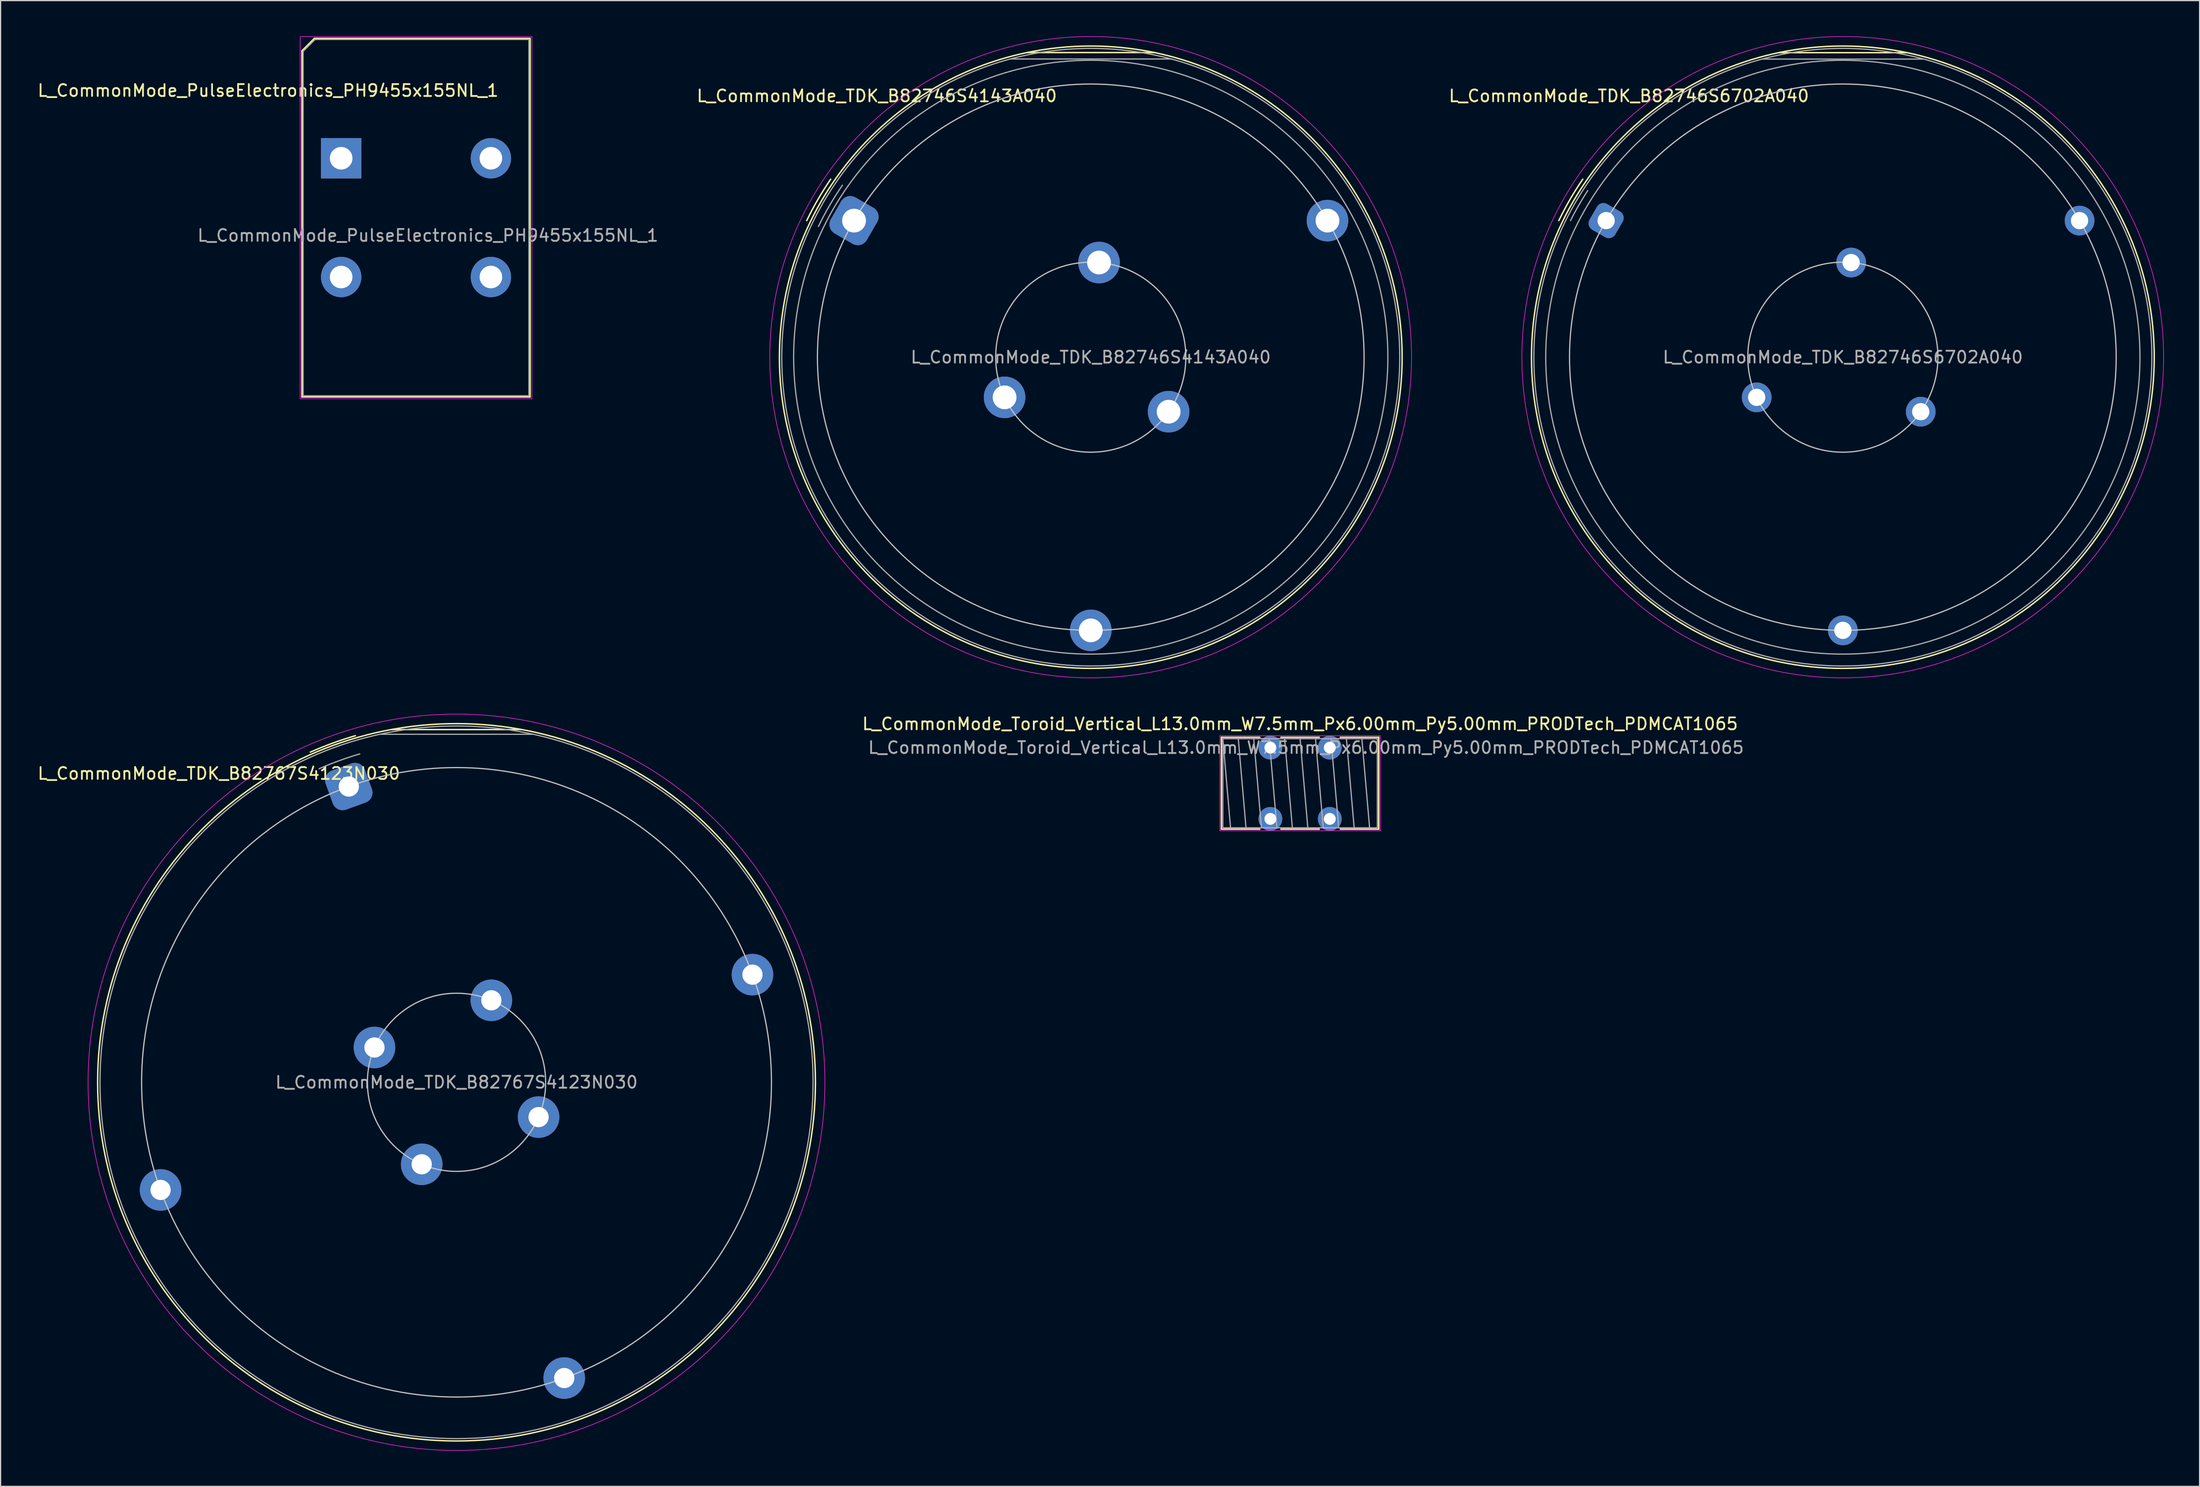
<source format=kicad_pcb>
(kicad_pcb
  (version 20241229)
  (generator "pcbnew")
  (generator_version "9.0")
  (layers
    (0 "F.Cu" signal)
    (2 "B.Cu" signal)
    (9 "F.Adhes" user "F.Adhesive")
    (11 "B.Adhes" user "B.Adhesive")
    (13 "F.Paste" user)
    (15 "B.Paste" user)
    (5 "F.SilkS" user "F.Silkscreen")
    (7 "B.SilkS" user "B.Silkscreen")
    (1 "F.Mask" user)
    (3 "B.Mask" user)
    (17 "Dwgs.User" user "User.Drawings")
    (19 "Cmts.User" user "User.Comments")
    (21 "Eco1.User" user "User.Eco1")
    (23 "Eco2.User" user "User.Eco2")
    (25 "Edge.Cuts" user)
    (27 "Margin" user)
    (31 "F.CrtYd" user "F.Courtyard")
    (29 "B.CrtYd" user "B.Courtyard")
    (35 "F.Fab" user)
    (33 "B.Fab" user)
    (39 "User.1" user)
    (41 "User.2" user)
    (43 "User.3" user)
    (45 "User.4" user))
  (footprint "L_CommonMode_TDK_B82746S4143A040"
    (layer "F.Cu")
    (at 68.811 15.525)
    (property "Reference" "L_CommonMode_TDK_B82746S4143A040" (at 1.919 -10.5 0) (layer "F.SilkS") (effects (font (size 1 1) (thickness 0.15))))
    (attr through_hole)
    (fp_line (start 14.61 -14.15) (end 25.31 -14.15) (stroke (width 0.12) (type default)) (layer "F.SilkS"))
    (fp_arc (start -3.981416 0) (mid -3.038806 -1.782253) (end -1.963537 -3.487754) (stroke (width 0.12) (type default)) (layer "F.SilkS"))
    (fp_circle (center 19.919 11.5) (end 46.119 11.5) (stroke (width 0.12) (type default)) (fill no) (layer "F.SilkS"))
    (fp_circle (center 19.919 11.5) (end 27.919 11.5) (stroke (width 0.1) (type default)) (fill no) (layer "Dwgs.User"))
    (fp_circle (center 19.919 11.5) (end 42.919 11.5) (stroke (width 0.1) (type default)) (fill no) (layer "Dwgs.User"))
    (fp_circle (center 19.91 11.5) (end 46.91 11.5) (stroke (width 0.05) (type default)) (fill no) (layer "F.CrtYd"))
    (fp_line (start 26.68 -13.61) (end 13.18 -13.61) (stroke (width 0.1) (type default)) (layer "F.Fab"))
    (fp_arc (start -2.999999 0.5) (mid -2.056361 -1.281362) (end -0.974545 -2.982355) (stroke (width 0.1) (type default)) (layer "F.Fab"))
    (fp_circle (center 19.919 11.5) (end 44.919 11.5) (stroke (width 0.1) (type default)) (fill no) (layer "F.Fab"))
    (fp_circle (center 19.919 11.5) (end 45.919 11.5) (stroke (width 0.1) (type default)) (fill no) (layer "F.Fab"))
    (fp_text user "${REFERENCE}" (at 19.919 11.5 0) (layer "F.Fab") (effects (font (size 1 1) (thickness 0.15))))
    (pad "1" thru_hole roundrect (at 0 0 150) (size 3.5 3.5) (drill 2) (layers "*.Cu" "*.Mask") (roundrect_rratio 0.25))
    (pad "2" thru_hole circle (at 19.919 34.5 20) (size 3.5 3.5) (drill 2) (layers "*.Cu" "*.Mask"))
    (pad "3" thru_hole circle (at 39.837 0 260) (size 3.5 3.5) (drill 2) (layers "*.Cu" "*.Mask"))
    (pad "4" thru_hole circle (at 26.472 16.089 52) (size 3.5 3.5) (drill 2) (layers "*.Cu" "*.Mask"))
    (pad "5" thru_hole circle (at 12.668 14.881 292) (size 3.5 3.5) (drill 2) (layers "*.Cu" "*.Mask"))
    (pad "6" thru_hole circle (at 20.616 3.53 172) (size 3.5 3.5) (drill 2) (layers "*.Cu" "*.Mask")))
  (footprint "L_CommonMode_TDK_B82767S4123N030"
    (layer "F.Cu")
    (at 26.3 63.175)
    (property "Reference" "L_CommonMode_TDK_B82767S4123N030" (at -10.936 -1.098 0) (layer "F.SilkS") (effects (font (size 1 1) (thickness 0.15))))
    (attr through_hole)
    (fp_line (start 3.6 -4.8) (end 14.5 -4.8) (stroke (width 0.12) (type default)) (layer "F.SilkS"))
    (fp_arc (start -3.236466 -2.898145) (mid -1.365365 -3.652796) (end 0.551672 -4.281672) (stroke (width 0.12) (type default)) (layer "F.SilkS"))
    (fp_circle (center 9.064 24.902) (end 39.264 24.902) (stroke (width 0.12) (type default)) (fill no) (layer "F.SilkS"))
    (fp_circle (center 9.064 24.902) (end 16.564 24.902) (stroke (width 0.1) (type default)) (fill no) (layer "Dwgs.User"))
    (fp_circle (center 9.064 24.902) (end 35.564 24.902) (stroke (width 0.1) (type default)) (fill no) (layer "Dwgs.User"))
    (fp_circle (center 9.06 24.9) (end 40.06 24.9) (stroke (width 0.05) (type default)) (fill no) (layer "F.CrtYd"))
    (fp_line (start 15.5 -4.4) (end 2.7 -4.4) (stroke (width 0.1) (type default)) (layer "F.Fab"))
    (fp_arc (start -2.5 -1.499999) (mid -0.806401 -2.178721) (end 0.926747 -2.74893) (stroke (width 0.1) (type default)) (layer "F.Fab"))
    (fp_circle (center 9.064 24.902) (end 39.064 24.902) (stroke (width 0.1) (type default)) (fill no) (layer "F.Fab"))
    (fp_text user "${REFERENCE}" (at 9.064 24.902 0) (layer "F.Fab") (effects (font (size 1 1) (thickness 0.15))))
    (pad "1" thru_hole roundrect (at 0 0 20) (size 3.5 3.5) (drill 1.7) (layers "*.Cu" "*.Mask") (roundrect_rratio 0.25))
    (pad "2" thru_hole circle (at -15.838 33.965 20) (size 3.5 3.5) (drill 1.7) (layers "*.Cu" "*.Mask"))
    (pad "3" thru_hole circle (at 18.127 49.804 20) (size 3.5 3.5) (drill 1.7) (layers "*.Cu" "*.Mask"))
    (pad "4" thru_hole circle (at 33.965 15.838 20) (size 3.5 3.5) (drill 1.7) (layers "*.Cu" "*.Mask"))
    (pad "5" thru_hole circle (at 2.16 21.971 357) (size 3.5 3.5) (drill 1.7) (layers "*.Cu" "*.Mask"))
    (pad "6" thru_hole circle (at 6.133 31.806 357) (size 3.5 3.5) (drill 1.7) (layers "*.Cu" "*.Mask"))
    (pad "7" thru_hole circle (at 15.967 27.832 357) (size 3.5 3.5) (drill 1.7) (layers "*.Cu" "*.Mask"))
    (pad "8" thru_hole circle (at 11.994 17.998 357) (size 3.5 3.5) (drill 1.7) (layers "*.Cu" "*.Mask")))
  (footprint "L_CommonMode_TDK_B82746S6702A040"
    (layer "F.Cu")
    (at 132.095 15.525)
    (property "Reference" "L_CommonMode_TDK_B82746S6702A040" (at 1.919 -10.5 0) (layer "F.SilkS") (effects (font (size 1 1) (thickness 0.15))))
    (attr through_hole)
    (fp_line (start 14.58 -14.14) (end 25.28 -14.14) (stroke (width 0.12) (type default)) (layer "F.SilkS"))
    (fp_arc (start -3.981416 0) (mid -3.038806 -1.782253) (end -1.963537 -3.487754) (stroke (width 0.12) (type default)) (layer "F.SilkS"))
    (fp_circle (center 19.919 11.5) (end 46.119 11.5) (stroke (width 0.12) (type default)) (fill no) (layer "F.SilkS"))
    (fp_circle (center 19.919 11.5) (end 27.919 11.5) (stroke (width 0.1) (type default)) (fill no) (layer "Dwgs.User"))
    (fp_circle (center 19.919 11.5) (end 42.919 11.5) (stroke (width 0.1) (type default)) (fill no) (layer "Dwgs.User"))
    (fp_circle (center 19.91 11.5) (end 46.91 11.5) (stroke (width 0.05) (type default)) (fill no) (layer "F.CrtYd"))
    (fp_line (start 26.65 -13.6) (end 13.15 -13.6) (stroke (width 0.1) (type default)) (layer "F.Fab"))
    (fp_arc (start -2.999999 0) (mid -2.308522 -1.285429) (end -1.545025 -2.52943) (stroke (width 0.1) (type default)) (layer "F.Fab"))
    (fp_circle (center 19.919 11.5) (end 44.919 11.5) (stroke (width 0.1) (type default)) (fill no) (layer "F.Fab"))
    (fp_circle (center 19.919 11.5) (end 45.919 11.5) (stroke (width 0.1) (type default)) (fill no) (layer "F.Fab"))
    (fp_text user "${REFERENCE}" (at 19.919 11.5 0) (layer "F.Fab") (effects (font (size 1 1) (thickness 0.15))))
    (pad "1" thru_hole roundrect (at 0 0 150) (size 2.5 2.5) (drill 1.45) (layers "*.Cu" "*.Mask") (roundrect_rratio 0.25))
    (pad "2" thru_hole circle (at 19.919 34.5 20) (size 2.5 2.5) (drill 1.45) (layers "*.Cu" "*.Mask"))
    (pad "3" thru_hole circle (at 39.837 0 260) (size 2.5 2.5) (drill 1.45) (layers "*.Cu" "*.Mask"))
    (pad "4" thru_hole circle (at 26.472 16.089 52) (size 2.5 2.5) (drill 1.45) (layers "*.Cu" "*.Mask"))
    (pad "5" thru_hole circle (at 12.668 14.881 292) (size 2.5 2.5) (drill 1.45) (layers "*.Cu" "*.Mask"))
    (pad "6" thru_hole circle (at 20.616 3.53 172) (size 2.5 2.5) (drill 1.45) (layers "*.Cu" "*.Mask")))
  (footprint "L_CommonMode_PulseElectronics_PH9455x155NL_1"
    (layer "F.Cu")
    (at 25.656 10.275)
    (property "Reference" "L_CommonMode_PulseElectronics_PH9455x155NL_1" (at -6.15 -5.7 0) (unlocked yes) (layer "F.SilkS") (effects (font (size 1 1) (thickness 0.15))))
    (attr through_hole)
    (fp_line (start -3.3 -9.05) (end -3.3 20.1) (stroke (width 0.12) (type solid)) (layer "F.SilkS"))
    (fp_line (start -3.3 20.1) (end 15.9 20.1) (stroke (width 0.12) (type solid)) (layer "F.SilkS"))
    (fp_line (start -2.25 -10.1) (end -3.3 -9.05) (stroke (width 0.12) (type solid)) (layer "F.SilkS"))
    (fp_line (start 15.9 -10.1) (end -2.25 -10.1) (stroke (width 0.12) (type solid)) (layer "F.SilkS"))
    (fp_line (start 15.9 20.1) (end 15.9 -10.1) (stroke (width 0.12) (type solid)) (layer "F.SilkS"))
    (fp_rect (start -3.45 -10.25) (end 16.05 20.25) (stroke (width 0.05) (type solid)) (fill no) (layer "F.CrtYd"))
    (fp_line (start -3.2 -9) (end -2.2 -10) (stroke (width 0.1) (type solid)) (layer "F.Fab"))
    (fp_line (start -3.2 20) (end -3.2 -9) (stroke (width 0.1) (type solid)) (layer "F.Fab"))
    (fp_line (start -2.2 -10) (end 15.8 -10) (stroke (width 0.1) (type solid)) (layer "F.Fab"))
    (fp_line (start 15.8 -10) (end 15.8 20) (stroke (width 0.1) (type solid)) (layer "F.Fab"))
    (fp_line (start 15.8 20) (end -3.2 20) (stroke (width 0.1) (type solid)) (layer "F.Fab"))
    (fp_text user "${REFERENCE}" (at 7.3 6.5 0) (unlocked yes) (layer "F.Fab") (effects (font (size 1 1) (thickness 0.15))))
    (pad "1" thru_hole rect (at 0 0) (size 3.4 3.4) (drill 1.9) (layers "*.Cu" "*.Mask"))
    (pad "2" thru_hole circle (at 0 10) (size 3.4 3.4) (drill 1.9) (layers "*.Cu" "*.Mask"))
    (pad "3" thru_hole circle (at 12.6 10) (size 3.4 3.4) (drill 1.9) (layers "*.Cu" "*.Mask"))
    (pad "4" thru_hole circle (at 12.6 0) (size 3.4 3.4) (drill 1.9) (layers "*.Cu" "*.Mask")))
  (footprint "L_CommonMode_Toroid_Vertical_L13.0mm_W7.5mm_Px6.00mm_Py5.00mm_PRODTech_PDMCAT1065"
    (layer "F.Cu")
    (at 103.843 59.898)
    (property "Reference" "L_CommonMode_Toroid_Vertical_L13.0mm_W7.5mm_Px6.00mm_Py5.00mm_PRODTech_PDMCAT1065" (at 2.5 -2 0) (layer "F.SilkS") (effects (font (size 1 1) (thickness 0.15))))
    (attr through_hole)
    (fp_line (start -4.12 -0.87) (end -0.884 -0.87) (stroke (width 0.12) (type solid)) (layer "F.SilkS"))
    (fp_line (start -4.12 6.87) (end -4.12 -0.87) (stroke (width 0.12) (type solid)) (layer "F.SilkS"))
    (fp_line (start -0.884 6.87) (end -4.12 6.87) (stroke (width 0.12) (type solid)) (layer "F.SilkS"))
    (fp_line (start 0.884 -0.87) (end 4.116 -0.87) (stroke (width 0.12) (type solid)) (layer "F.SilkS"))
    (fp_line (start 4.116 6.87) (end 0.884 6.87) (stroke (width 0.12) (type solid)) (layer "F.SilkS"))
    (fp_line (start 5.884 -0.87) (end 9.12 -0.87) (stroke (width 0.12) (type solid)) (layer "F.SilkS"))
    (fp_line (start 9.12 -0.87) (end 9.12 6.87) (stroke (width 0.12) (type solid)) (layer "F.SilkS"))
    (fp_line (start 9.12 6.87) (end 5.884 6.87) (stroke (width 0.12) (type solid)) (layer "F.SilkS"))
    (fp_rect (start -4.25 -1) (end 9.25 7) (stroke (width 0.05) (type solid)) (fill no) (layer "F.CrtYd"))
    (fp_line (start -4 -0.75) (end -3.35 6.75) (stroke (width 0.1) (type solid)) (layer "F.Fab"))
    (fp_line (start -2.7 -0.75) (end -2.05 6.75) (stroke (width 0.1) (type solid)) (layer "F.Fab"))
    (fp_line (start -1.4 -0.75) (end -0.75 6.75) (stroke (width 0.1) (type solid)) (layer "F.Fab"))
    (fp_line (start -0.1 -0.75) (end 0.55 6.75) (stroke (width 0.1) (type solid)) (layer "F.Fab"))
    (fp_line (start 1.2 -0.75) (end 1.85 6.75) (stroke (width 0.1) (type solid)) (layer "F.Fab"))
    (fp_line (start 2.5 -0.75) (end 3.15 6.75) (stroke (width 0.1) (type solid)) (layer "F.Fab"))
    (fp_line (start 3.8 -0.75) (end 4.45 6.75) (stroke (width 0.1) (type solid)) (layer "F.Fab"))
    (fp_line (start 5.1 -0.75) (end 5.75 6.75) (stroke (width 0.1) (type solid)) (layer "F.Fab"))
    (fp_line (start 6.4 -0.75) (end 7.05 6.75) (stroke (width 0.1) (type solid)) (layer "F.Fab"))
    (fp_line (start 7.7 -0.75) (end 8.35 6.75) (stroke (width 0.1) (type solid)) (layer "F.Fab"))
    (fp_rect (start -4 -0.75) (end 9 6.75) (stroke (width 0.1) (type solid)) (fill no) (layer "F.Fab"))
    (fp_text user "${REFERENCE}" (at 3 0 0) (layer "F.Fab") (effects (font (size 1 1) (thickness 0.15))))
    (pad "1" thru_hole circle (at 0 0) (size 2 2) (drill 1) (layers "*.Cu" "*.Mask"))
    (pad "2" thru_hole circle (at 0 6) (size 2 2) (drill 1) (layers "*.Cu" "*.Mask"))
    (pad "3" thru_hole circle (at 5 6) (size 2 2) (drill 1) (layers "*.Cu" "*.Mask"))
    (pad "4" thru_hole circle (at 5 0) (size 2 2) (drill 1) (layers "*.Cu" "*.Mask")))
  (gr_rect
    (start -3 -3)
    (end 182.03 122.1)
    (stroke (width 0.1) (type default))
    (fill no)
    (layer "Edge.Cuts")))
</source>
